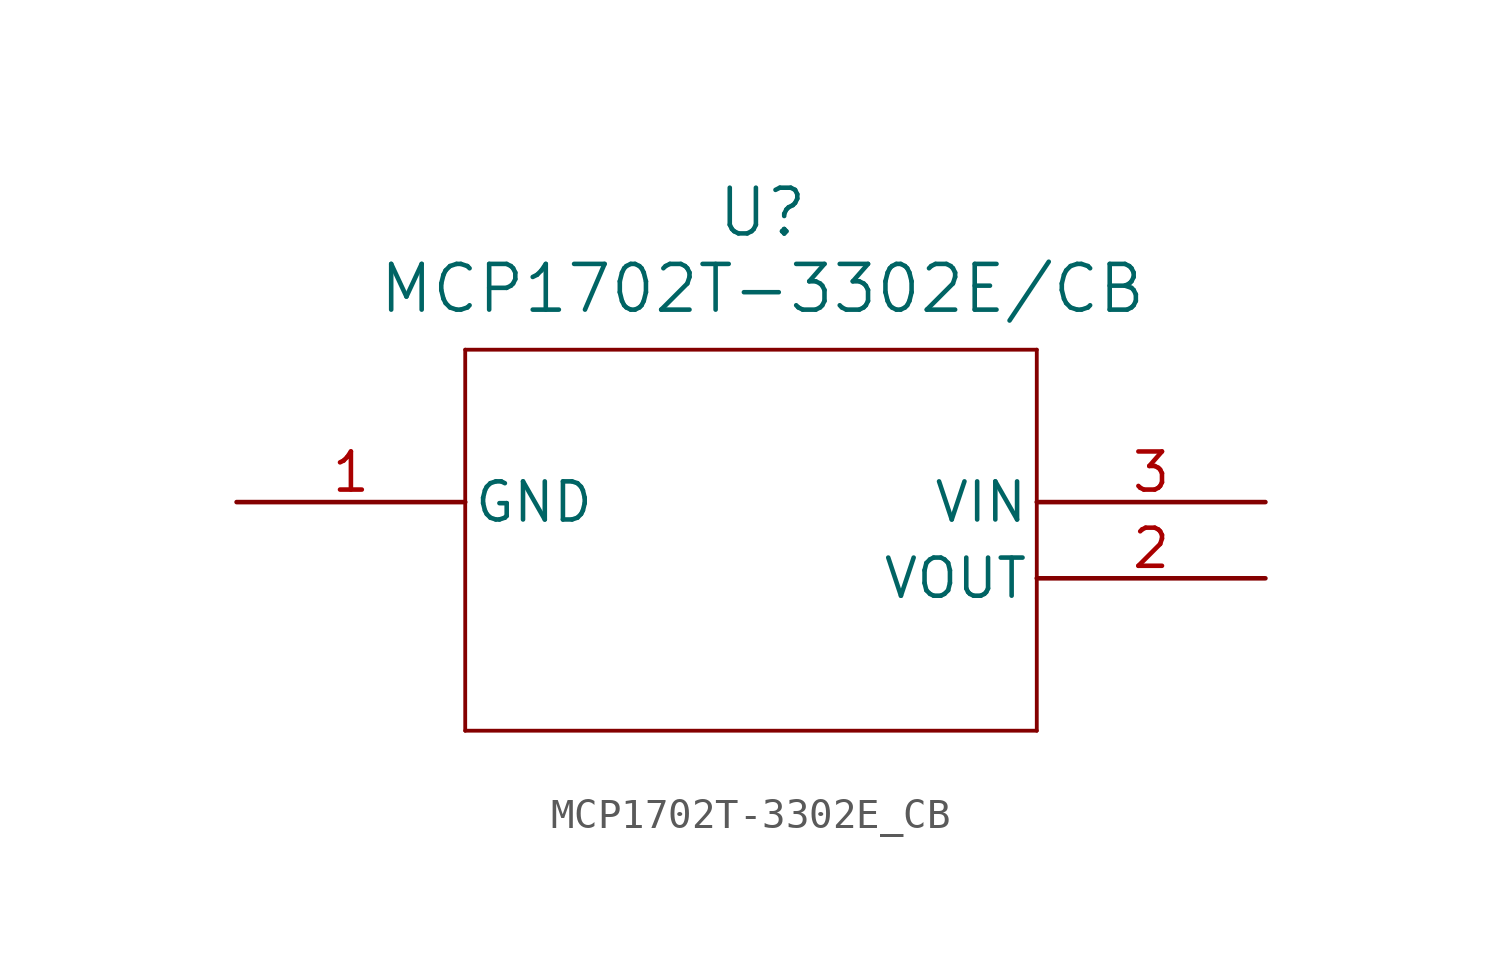
<source format=kicad_sym>
(kicad_symbol_lib
  (version 20241209)
  (generator "kicad_symbol_editor")
  (generator_version "9.0")
  (symbol "MCP1702T-3302E_CB"
    (pin_names
      (offset 0.254))
    (property "Reference" "U"
      (at 17.526 9.652 0)
      (effects (font (size 1.524 1.524))))
    (property "Value" "MCP1702T-3302E/CB"
      (at 17.526 7.112 0)
      (effects (font (size 1.524 1.524))))
    (property "ki_locked" ""
      (at 0 0 0)
      (effects (font (size 1.27 1.27))))
    (symbol "MCP1702T-3302E_CB_0_1"
      (polyline (pts (xy 7.62 5.08) (xy 7.62 -7.62)) (stroke (width 0.127) (type default)) (fill (type none)))
      (polyline (pts (xy 7.62 -7.62) (xy 26.67 -7.62)) (stroke (width 0.127) (type default)) (fill (type none)))
      (polyline (pts (xy 26.67 5.08) (xy 7.62 5.08)) (stroke (width 0.127) (type default)) (fill (type none)))
      (polyline (pts (xy 26.67 -7.62) (xy 26.67 5.08)) (stroke (width 0.127) (type default)) (fill (type none))))
    (symbol "MCP1702T-3302E_CB_1_1"
      (pin power_in line (at 0 0 0) (length 7.62) (name "GND" (effects (font (size 1.27 1.27)))) (number "1" (effects (font (size 1.27 1.27)))))
      (pin power_in line (at 34.29 0 180) (length 7.62) (name "VIN" (effects (font (size 1.27 1.27)))) (number "3" (effects (font (size 1.27 1.27)))))
      (pin power_out line (at 34.29 -2.54 180) (length 7.62) (name "VOUT" (effects (font (size 1.27 1.27)))) (number "2" (effects (font (size 1.27 1.27))))))))
</source>
